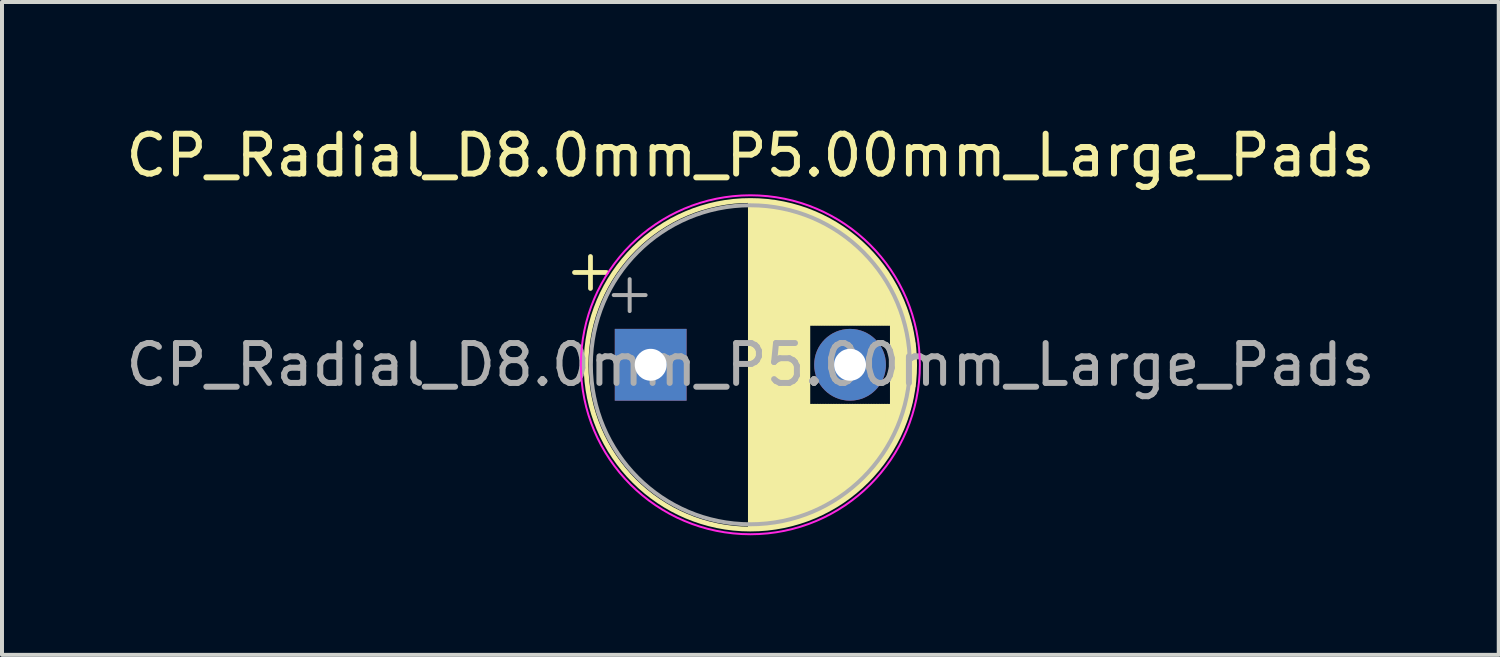
<source format=kicad_pcb>
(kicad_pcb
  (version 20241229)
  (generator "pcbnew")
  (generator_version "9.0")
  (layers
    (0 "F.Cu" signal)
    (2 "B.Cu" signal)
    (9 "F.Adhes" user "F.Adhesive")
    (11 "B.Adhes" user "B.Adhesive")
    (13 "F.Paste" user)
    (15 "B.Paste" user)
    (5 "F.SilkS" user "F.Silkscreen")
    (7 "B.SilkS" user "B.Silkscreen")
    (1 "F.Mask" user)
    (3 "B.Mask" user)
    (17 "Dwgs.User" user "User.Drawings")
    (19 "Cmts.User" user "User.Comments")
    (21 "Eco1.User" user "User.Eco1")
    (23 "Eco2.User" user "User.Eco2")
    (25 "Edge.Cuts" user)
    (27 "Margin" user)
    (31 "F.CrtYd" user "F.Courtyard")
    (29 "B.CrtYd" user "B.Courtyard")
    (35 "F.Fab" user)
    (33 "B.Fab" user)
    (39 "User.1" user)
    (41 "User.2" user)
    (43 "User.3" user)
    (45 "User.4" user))
  (footprint "CP_Radial_D8.0mm_P5.00mm_Large_Pads"
    (layer "F.Cu")
    (at 13.268 6.098)
    (property "Reference" "CP_Radial_D8.0mm_P5.00mm_Large_Pads" (at 2.5 -5.25 0) (layer "F.SilkS") (effects (font (size 1 1) (thickness 0.15))))
    (attr through_hole)
    (fp_line (start -1.91 -2.315) (end -1.11 -2.315) (stroke (width 0.12) (type solid)) (layer "F.SilkS"))
    (fp_line (start -1.51 -2.715) (end -1.51 -1.915) (stroke (width 0.12) (type solid)) (layer "F.SilkS"))
    (fp_line (start 2.5 -4.08) (end 2.5 4.08) (stroke (width 0.12) (type solid)) (layer "F.SilkS"))
    (fp_line (start 2.54 -4.08) (end 2.54 4.08) (stroke (width 0.12) (type solid)) (layer "F.SilkS"))
    (fp_line (start 2.58 -4.08) (end 2.58 4.08) (stroke (width 0.12) (type solid)) (layer "F.SilkS"))
    (fp_line (start 2.62 -4.079) (end 2.62 4.079) (stroke (width 0.12) (type solid)) (layer "F.SilkS"))
    (fp_line (start 2.66 -4.077) (end 2.66 4.077) (stroke (width 0.12) (type solid)) (layer "F.SilkS"))
    (fp_line (start 2.7 -4.076) (end 2.7 4.076) (stroke (width 0.12) (type solid)) (layer "F.SilkS"))
    (fp_line (start 2.74 -4.074) (end 2.74 4.074) (stroke (width 0.12) (type solid)) (layer "F.SilkS"))
    (fp_line (start 2.78 -4.071) (end 2.78 4.071) (stroke (width 0.12) (type solid)) (layer "F.SilkS"))
    (fp_line (start 2.82 -4.068) (end 2.82 4.068) (stroke (width 0.12) (type solid)) (layer "F.SilkS"))
    (fp_line (start 2.86 -4.065) (end 2.86 4.065) (stroke (width 0.12) (type solid)) (layer "F.SilkS"))
    (fp_line (start 2.9 -4.061) (end 2.9 4.061) (stroke (width 0.12) (type solid)) (layer "F.SilkS"))
    (fp_line (start 2.94 -4.057) (end 2.94 4.057) (stroke (width 0.12) (type solid)) (layer "F.SilkS"))
    (fp_line (start 2.98 -4.052) (end 2.98 4.052) (stroke (width 0.12) (type solid)) (layer "F.SilkS"))
    (fp_line (start 3.02 -4.048) (end 3.02 4.048) (stroke (width 0.12) (type solid)) (layer "F.SilkS"))
    (fp_line (start 3.06 -4.042) (end 3.06 4.042) (stroke (width 0.12) (type solid)) (layer "F.SilkS"))
    (fp_line (start 3.1 -4.037) (end 3.1 4.037) (stroke (width 0.12) (type solid)) (layer "F.SilkS"))
    (fp_line (start 3.14 -4.03) (end 3.14 4.03) (stroke (width 0.12) (type solid)) (layer "F.SilkS"))
    (fp_line (start 3.18 -4.024) (end 3.18 4.024) (stroke (width 0.12) (type solid)) (layer "F.SilkS"))
    (fp_line (start 3.221 -4.017) (end 3.221 4.017) (stroke (width 0.12) (type solid)) (layer "F.SilkS"))
    (fp_line (start 3.261 -4.01) (end 3.261 4.01) (stroke (width 0.12) (type solid)) (layer "F.SilkS"))
    (fp_line (start 3.301 -4.002) (end 3.301 4.002) (stroke (width 0.12) (type solid)) (layer "F.SilkS"))
    (fp_line (start 3.341 -3.994) (end 3.341 3.994) (stroke (width 0.12) (type solid)) (layer "F.SilkS"))
    (fp_line (start 3.381 -3.985) (end 3.381 3.985) (stroke (width 0.12) (type solid)) (layer "F.SilkS"))
    (fp_line (start 3.421 -3.976) (end 3.421 3.976) (stroke (width 0.12) (type solid)) (layer "F.SilkS"))
    (fp_line (start 3.461 -3.967) (end 3.461 3.967) (stroke (width 0.12) (type solid)) (layer "F.SilkS"))
    (fp_line (start 3.501 -3.957) (end 3.501 3.957) (stroke (width 0.12) (type solid)) (layer "F.SilkS"))
    (fp_line (start 3.541 -3.947) (end 3.541 3.947) (stroke (width 0.12) (type solid)) (layer "F.SilkS"))
    (fp_line (start 3.581 -3.936) (end 3.581 3.936) (stroke (width 0.12) (type solid)) (layer "F.SilkS"))
    (fp_line (start 3.621 -3.925) (end 3.621 3.925) (stroke (width 0.12) (type solid)) (layer "F.SilkS"))
    (fp_line (start 3.661 -3.914) (end 3.661 3.914) (stroke (width 0.12) (type solid)) (layer "F.SilkS"))
    (fp_line (start 3.701 -3.902) (end 3.701 3.902) (stroke (width 0.12) (type solid)) (layer "F.SilkS"))
    (fp_line (start 3.741 -3.889) (end 3.741 3.889) (stroke (width 0.12) (type solid)) (layer "F.SilkS"))
    (fp_line (start 3.781 -3.877) (end 3.781 3.877) (stroke (width 0.12) (type solid)) (layer "F.SilkS"))
    (fp_line (start 3.821 -3.863) (end 3.821 3.863) (stroke (width 0.12) (type solid)) (layer "F.SilkS"))
    (fp_line (start 3.861 -3.85) (end 3.861 3.85) (stroke (width 0.12) (type solid)) (layer "F.SilkS"))
    (fp_line (start 3.901 -3.835) (end 3.901 3.835) (stroke (width 0.12) (type solid)) (layer "F.SilkS"))
    (fp_line (start 3.941 -3.821) (end 3.941 3.821) (stroke (width 0.12) (type solid)) (layer "F.SilkS"))
    (fp_line (start 3.981 -3.805) (end 3.981 -1.04) (stroke (width 0.12) (type solid)) (layer "F.SilkS"))
    (fp_line (start 3.981 1.04) (end 3.981 3.805) (stroke (width 0.12) (type solid)) (layer "F.SilkS"))
    (fp_line (start 4.021 -3.79) (end 4.021 -1.04) (stroke (width 0.12) (type solid)) (layer "F.SilkS"))
    (fp_line (start 4.021 1.04) (end 4.021 3.79) (stroke (width 0.12) (type solid)) (layer "F.SilkS"))
    (fp_line (start 4.061 -3.774) (end 4.061 -1.04) (stroke (width 0.12) (type solid)) (layer "F.SilkS"))
    (fp_line (start 4.061 1.04) (end 4.061 3.774) (stroke (width 0.12) (type solid)) (layer "F.SilkS"))
    (fp_line (start 4.101 -3.757) (end 4.101 -1.04) (stroke (width 0.12) (type solid)) (layer "F.SilkS"))
    (fp_line (start 4.101 1.04) (end 4.101 3.757) (stroke (width 0.12) (type solid)) (layer "F.SilkS"))
    (fp_line (start 4.141 -3.74) (end 4.141 -1.04) (stroke (width 0.12) (type solid)) (layer "F.SilkS"))
    (fp_line (start 4.141 1.04) (end 4.141 3.74) (stroke (width 0.12) (type solid)) (layer "F.SilkS"))
    (fp_line (start 4.181 -3.722) (end 4.181 -1.04) (stroke (width 0.12) (type solid)) (layer "F.SilkS"))
    (fp_line (start 4.181 1.04) (end 4.181 3.722) (stroke (width 0.12) (type solid)) (layer "F.SilkS"))
    (fp_line (start 4.221 -3.704) (end 4.221 -1.04) (stroke (width 0.12) (type solid)) (layer "F.SilkS"))
    (fp_line (start 4.221 1.04) (end 4.221 3.704) (stroke (width 0.12) (type solid)) (layer "F.SilkS"))
    (fp_line (start 4.261 -3.686) (end 4.261 -1.04) (stroke (width 0.12) (type solid)) (layer "F.SilkS"))
    (fp_line (start 4.261 1.04) (end 4.261 3.686) (stroke (width 0.12) (type solid)) (layer "F.SilkS"))
    (fp_line (start 4.301 -3.666) (end 4.301 -1.04) (stroke (width 0.12) (type solid)) (layer "F.SilkS"))
    (fp_line (start 4.301 1.04) (end 4.301 3.666) (stroke (width 0.12) (type solid)) (layer "F.SilkS"))
    (fp_line (start 4.341 -3.647) (end 4.341 -1.04) (stroke (width 0.12) (type solid)) (layer "F.SilkS"))
    (fp_line (start 4.341 1.04) (end 4.341 3.647) (stroke (width 0.12) (type solid)) (layer "F.SilkS"))
    (fp_line (start 4.381 -3.627) (end 4.381 -1.04) (stroke (width 0.12) (type solid)) (layer "F.SilkS"))
    (fp_line (start 4.381 1.04) (end 4.381 3.627) (stroke (width 0.12) (type solid)) (layer "F.SilkS"))
    (fp_line (start 4.421 -3.606) (end 4.421 -1.04) (stroke (width 0.12) (type solid)) (layer "F.SilkS"))
    (fp_line (start 4.421 1.04) (end 4.421 3.606) (stroke (width 0.12) (type solid)) (layer "F.SilkS"))
    (fp_line (start 4.461 -3.584) (end 4.461 -1.04) (stroke (width 0.12) (type solid)) (layer "F.SilkS"))
    (fp_line (start 4.461 1.04) (end 4.461 3.584) (stroke (width 0.12) (type solid)) (layer "F.SilkS"))
    (fp_line (start 4.501 -3.562) (end 4.501 -1.04) (stroke (width 0.12) (type solid)) (layer "F.SilkS"))
    (fp_line (start 4.501 1.04) (end 4.501 3.562) (stroke (width 0.12) (type solid)) (layer "F.SilkS"))
    (fp_line (start 4.541 -3.54) (end 4.541 -1.04) (stroke (width 0.12) (type solid)) (layer "F.SilkS"))
    (fp_line (start 4.541 1.04) (end 4.541 3.54) (stroke (width 0.12) (type solid)) (layer "F.SilkS"))
    (fp_line (start 4.581 -3.517) (end 4.581 -1.04) (stroke (width 0.12) (type solid)) (layer "F.SilkS"))
    (fp_line (start 4.581 1.04) (end 4.581 3.517) (stroke (width 0.12) (type solid)) (layer "F.SilkS"))
    (fp_line (start 4.621 -3.493) (end 4.621 -1.04) (stroke (width 0.12) (type solid)) (layer "F.SilkS"))
    (fp_line (start 4.621 1.04) (end 4.621 3.493) (stroke (width 0.12) (type solid)) (layer "F.SilkS"))
    (fp_line (start 4.661 -3.469) (end 4.661 -1.04) (stroke (width 0.12) (type solid)) (layer "F.SilkS"))
    (fp_line (start 4.661 1.04) (end 4.661 3.469) (stroke (width 0.12) (type solid)) (layer "F.SilkS"))
    (fp_line (start 4.701 -3.444) (end 4.701 -1.04) (stroke (width 0.12) (type solid)) (layer "F.SilkS"))
    (fp_line (start 4.701 1.04) (end 4.701 3.444) (stroke (width 0.12) (type solid)) (layer "F.SilkS"))
    (fp_line (start 4.741 -3.418) (end 4.741 -1.04) (stroke (width 0.12) (type solid)) (layer "F.SilkS"))
    (fp_line (start 4.741 1.04) (end 4.741 3.418) (stroke (width 0.12) (type solid)) (layer "F.SilkS"))
    (fp_line (start 4.781 -3.392) (end 4.781 -1.04) (stroke (width 0.12) (type solid)) (layer "F.SilkS"))
    (fp_line (start 4.781 1.04) (end 4.781 3.392) (stroke (width 0.12) (type solid)) (layer "F.SilkS"))
    (fp_line (start 4.821 -3.365) (end 4.821 -1.04) (stroke (width 0.12) (type solid)) (layer "F.SilkS"))
    (fp_line (start 4.821 1.04) (end 4.821 3.365) (stroke (width 0.12) (type solid)) (layer "F.SilkS"))
    (fp_line (start 4.861 -3.338) (end 4.861 -1.04) (stroke (width 0.12) (type solid)) (layer "F.SilkS"))
    (fp_line (start 4.861 1.04) (end 4.861 3.338) (stroke (width 0.12) (type solid)) (layer "F.SilkS"))
    (fp_line (start 4.901 -3.309) (end 4.901 -1.04) (stroke (width 0.12) (type solid)) (layer "F.SilkS"))
    (fp_line (start 4.901 1.04) (end 4.901 3.309) (stroke (width 0.12) (type solid)) (layer "F.SilkS"))
    (fp_line (start 4.941 -3.28) (end 4.941 -1.04) (stroke (width 0.12) (type solid)) (layer "F.SilkS"))
    (fp_line (start 4.941 1.04) (end 4.941 3.28) (stroke (width 0.12) (type solid)) (layer "F.SilkS"))
    (fp_line (start 4.981 -3.25) (end 4.981 -1.04) (stroke (width 0.12) (type solid)) (layer "F.SilkS"))
    (fp_line (start 4.981 1.04) (end 4.981 3.25) (stroke (width 0.12) (type solid)) (layer "F.SilkS"))
    (fp_line (start 5.021 -3.22) (end 5.021 -1.04) (stroke (width 0.12) (type solid)) (layer "F.SilkS"))
    (fp_line (start 5.021 1.04) (end 5.021 3.22) (stroke (width 0.12) (type solid)) (layer "F.SilkS"))
    (fp_line (start 5.061 -3.189) (end 5.061 -1.04) (stroke (width 0.12) (type solid)) (layer "F.SilkS"))
    (fp_line (start 5.061 1.04) (end 5.061 3.189) (stroke (width 0.12) (type solid)) (layer "F.SilkS"))
    (fp_line (start 5.101 -3.156) (end 5.101 -1.04) (stroke (width 0.12) (type solid)) (layer "F.SilkS"))
    (fp_line (start 5.101 1.04) (end 5.101 3.156) (stroke (width 0.12) (type solid)) (layer "F.SilkS"))
    (fp_line (start 5.141 -3.124) (end 5.141 -1.04) (stroke (width 0.12) (type solid)) (layer "F.SilkS"))
    (fp_line (start 5.141 1.04) (end 5.141 3.124) (stroke (width 0.12) (type solid)) (layer "F.SilkS"))
    (fp_line (start 5.181 -3.09) (end 5.181 -1.04) (stroke (width 0.12) (type solid)) (layer "F.SilkS"))
    (fp_line (start 5.181 1.04) (end 5.181 3.09) (stroke (width 0.12) (type solid)) (layer "F.SilkS"))
    (fp_line (start 5.221 -3.055) (end 5.221 -1.04) (stroke (width 0.12) (type solid)) (layer "F.SilkS"))
    (fp_line (start 5.221 1.04) (end 5.221 3.055) (stroke (width 0.12) (type solid)) (layer "F.SilkS"))
    (fp_line (start 5.261 -3.019) (end 5.261 -1.04) (stroke (width 0.12) (type solid)) (layer "F.SilkS"))
    (fp_line (start 5.261 1.04) (end 5.261 3.019) (stroke (width 0.12) (type solid)) (layer "F.SilkS"))
    (fp_line (start 5.301 -2.983) (end 5.301 -1.04) (stroke (width 0.12) (type solid)) (layer "F.SilkS"))
    (fp_line (start 5.301 1.04) (end 5.301 2.983) (stroke (width 0.12) (type solid)) (layer "F.SilkS"))
    (fp_line (start 5.341 -2.945) (end 5.341 -1.04) (stroke (width 0.12) (type solid)) (layer "F.SilkS"))
    (fp_line (start 5.341 1.04) (end 5.341 2.945) (stroke (width 0.12) (type solid)) (layer "F.SilkS"))
    (fp_line (start 5.381 -2.907) (end 5.381 -1.04) (stroke (width 0.12) (type solid)) (layer "F.SilkS"))
    (fp_line (start 5.381 1.04) (end 5.381 2.907) (stroke (width 0.12) (type solid)) (layer "F.SilkS"))
    (fp_line (start 5.421 -2.867) (end 5.421 -1.04) (stroke (width 0.12) (type solid)) (layer "F.SilkS"))
    (fp_line (start 5.421 1.04) (end 5.421 2.867) (stroke (width 0.12) (type solid)) (layer "F.SilkS"))
    (fp_line (start 5.461 -2.826) (end 5.461 -1.04) (stroke (width 0.12) (type solid)) (layer "F.SilkS"))
    (fp_line (start 5.461 1.04) (end 5.461 2.826) (stroke (width 0.12) (type solid)) (layer "F.SilkS"))
    (fp_line (start 5.501 -2.784) (end 5.501 -1.04) (stroke (width 0.12) (type solid)) (layer "F.SilkS"))
    (fp_line (start 5.501 1.04) (end 5.501 2.784) (stroke (width 0.12) (type solid)) (layer "F.SilkS"))
    (fp_line (start 5.541 -2.741) (end 5.541 -1.04) (stroke (width 0.12) (type solid)) (layer "F.SilkS"))
    (fp_line (start 5.541 1.04) (end 5.541 2.741) (stroke (width 0.12) (type solid)) (layer "F.SilkS"))
    (fp_line (start 5.581 -2.697) (end 5.581 -1.04) (stroke (width 0.12) (type solid)) (layer "F.SilkS"))
    (fp_line (start 5.581 1.04) (end 5.581 2.697) (stroke (width 0.12) (type solid)) (layer "F.SilkS"))
    (fp_line (start 5.621 -2.651) (end 5.621 -1.04) (stroke (width 0.12) (type solid)) (layer "F.SilkS"))
    (fp_line (start 5.621 1.04) (end 5.621 2.651) (stroke (width 0.12) (type solid)) (layer "F.SilkS"))
    (fp_line (start 5.661 -2.604) (end 5.661 -1.04) (stroke (width 0.12) (type solid)) (layer "F.SilkS"))
    (fp_line (start 5.661 1.04) (end 5.661 2.604) (stroke (width 0.12) (type solid)) (layer "F.SilkS"))
    (fp_line (start 5.701 -2.556) (end 5.701 -1.04) (stroke (width 0.12) (type solid)) (layer "F.SilkS"))
    (fp_line (start 5.701 1.04) (end 5.701 2.556) (stroke (width 0.12) (type solid)) (layer "F.SilkS"))
    (fp_line (start 5.741 -2.505) (end 5.741 -1.04) (stroke (width 0.12) (type solid)) (layer "F.SilkS"))
    (fp_line (start 5.741 1.04) (end 5.741 2.505) (stroke (width 0.12) (type solid)) (layer "F.SilkS"))
    (fp_line (start 5.781 -2.454) (end 5.781 -1.04) (stroke (width 0.12) (type solid)) (layer "F.SilkS"))
    (fp_line (start 5.781 1.04) (end 5.781 2.454) (stroke (width 0.12) (type solid)) (layer "F.SilkS"))
    (fp_line (start 5.821 -2.4) (end 5.821 -1.04) (stroke (width 0.12) (type solid)) (layer "F.SilkS"))
    (fp_line (start 5.821 1.04) (end 5.821 2.4) (stroke (width 0.12) (type solid)) (layer "F.SilkS"))
    (fp_line (start 5.861 -2.345) (end 5.861 -1.04) (stroke (width 0.12) (type solid)) (layer "F.SilkS"))
    (fp_line (start 5.861 1.04) (end 5.861 2.345) (stroke (width 0.12) (type solid)) (layer "F.SilkS"))
    (fp_line (start 5.901 -2.287) (end 5.901 -1.04) (stroke (width 0.12) (type solid)) (layer "F.SilkS"))
    (fp_line (start 5.901 1.04) (end 5.901 2.287) (stroke (width 0.12) (type solid)) (layer "F.SilkS"))
    (fp_line (start 5.941 -2.228) (end 5.941 -1.04) (stroke (width 0.12) (type solid)) (layer "F.SilkS"))
    (fp_line (start 5.941 1.04) (end 5.941 2.228) (stroke (width 0.12) (type solid)) (layer "F.SilkS"))
    (fp_line (start 5.981 -2.166) (end 5.981 -1.04) (stroke (width 0.12) (type solid)) (layer "F.SilkS"))
    (fp_line (start 5.981 1.04) (end 5.981 2.166) (stroke (width 0.12) (type solid)) (layer "F.SilkS"))
    (fp_line (start 6.021 -2.102) (end 6.021 -1.04) (stroke (width 0.12) (type solid)) (layer "F.SilkS"))
    (fp_line (start 6.021 1.04) (end 6.021 2.102) (stroke (width 0.12) (type solid)) (layer "F.SilkS"))
    (fp_line (start 6.061 -2.034) (end 6.061 2.034) (stroke (width 0.12) (type solid)) (layer "F.SilkS"))
    (fp_line (start 6.101 -1.964) (end 6.101 1.964) (stroke (width 0.12) (type solid)) (layer "F.SilkS"))
    (fp_line (start 6.141 -1.89) (end 6.141 1.89) (stroke (width 0.12) (type solid)) (layer "F.SilkS"))
    (fp_line (start 6.181 -1.813) (end 6.181 1.813) (stroke (width 0.12) (type solid)) (layer "F.SilkS"))
    (fp_line (start 6.221 -1.731) (end 6.221 1.731) (stroke (width 0.12) (type solid)) (layer "F.SilkS"))
    (fp_line (start 6.261 -1.645) (end 6.261 1.645) (stroke (width 0.12) (type solid)) (layer "F.SilkS"))
    (fp_line (start 6.301 -1.552) (end 6.301 1.552) (stroke (width 0.12) (type solid)) (layer "F.SilkS"))
    (fp_line (start 6.341 -1.453) (end 6.341 1.453) (stroke (width 0.12) (type solid)) (layer "F.SilkS"))
    (fp_line (start 6.381 -1.346) (end 6.381 1.346) (stroke (width 0.12) (type solid)) (layer "F.SilkS"))
    (fp_line (start 6.421 -1.229) (end 6.421 1.229) (stroke (width 0.12) (type solid)) (layer "F.SilkS"))
    (fp_line (start 6.461 -1.098) (end 6.461 1.098) (stroke (width 0.12) (type solid)) (layer "F.SilkS"))
    (fp_line (start 6.501 -0.948) (end 6.501 0.948) (stroke (width 0.12) (type solid)) (layer "F.SilkS"))
    (fp_line (start 6.541 -0.768) (end 6.541 0.768) (stroke (width 0.12) (type solid)) (layer "F.SilkS"))
    (fp_line (start 6.581 -0.533) (end 6.581 0.533) (stroke (width 0.12) (type solid)) (layer "F.SilkS"))
    (fp_circle (center 2.5 0) (end 6.62 0) (stroke (width 0.12) (type solid)) (fill no) (layer "F.SilkS"))
    (fp_circle (center 2.5 0) (end 6.75 0) (stroke (width 0.05) (type solid)) (fill no) (layer "F.CrtYd"))
    (fp_line (start -0.927 -1.748) (end -0.127 -1.748) (stroke (width 0.1) (type solid)) (layer "F.Fab"))
    (fp_line (start -0.527 -2.147) (end -0.527 -1.347) (stroke (width 0.1) (type solid)) (layer "F.Fab"))
    (fp_circle (center 2.5 0) (end 6.5 0) (stroke (width 0.1) (type solid)) (fill no) (layer "F.Fab"))
    (fp_text user "${REFERENCE}" (at 2.5 0 0) (layer "F.Fab") (effects (font (size 1 1) (thickness 0.15))))
    (pad "1" thru_hole rect (at 0 0) (size 1.8 1.8) (drill 0.8) (layers "*.Cu" "*.Mask"))
    (pad "2" thru_hole circle (at 5 0) (size 1.8 1.8) (drill 0.8) (layers "*.Cu" "*.Mask")))
  (gr_rect
    (start -3 -3)
    (end 34.536 13.373)
    (stroke (width 0.1) (type default))
    (fill no)
    (layer "Edge.Cuts")))
</source>
